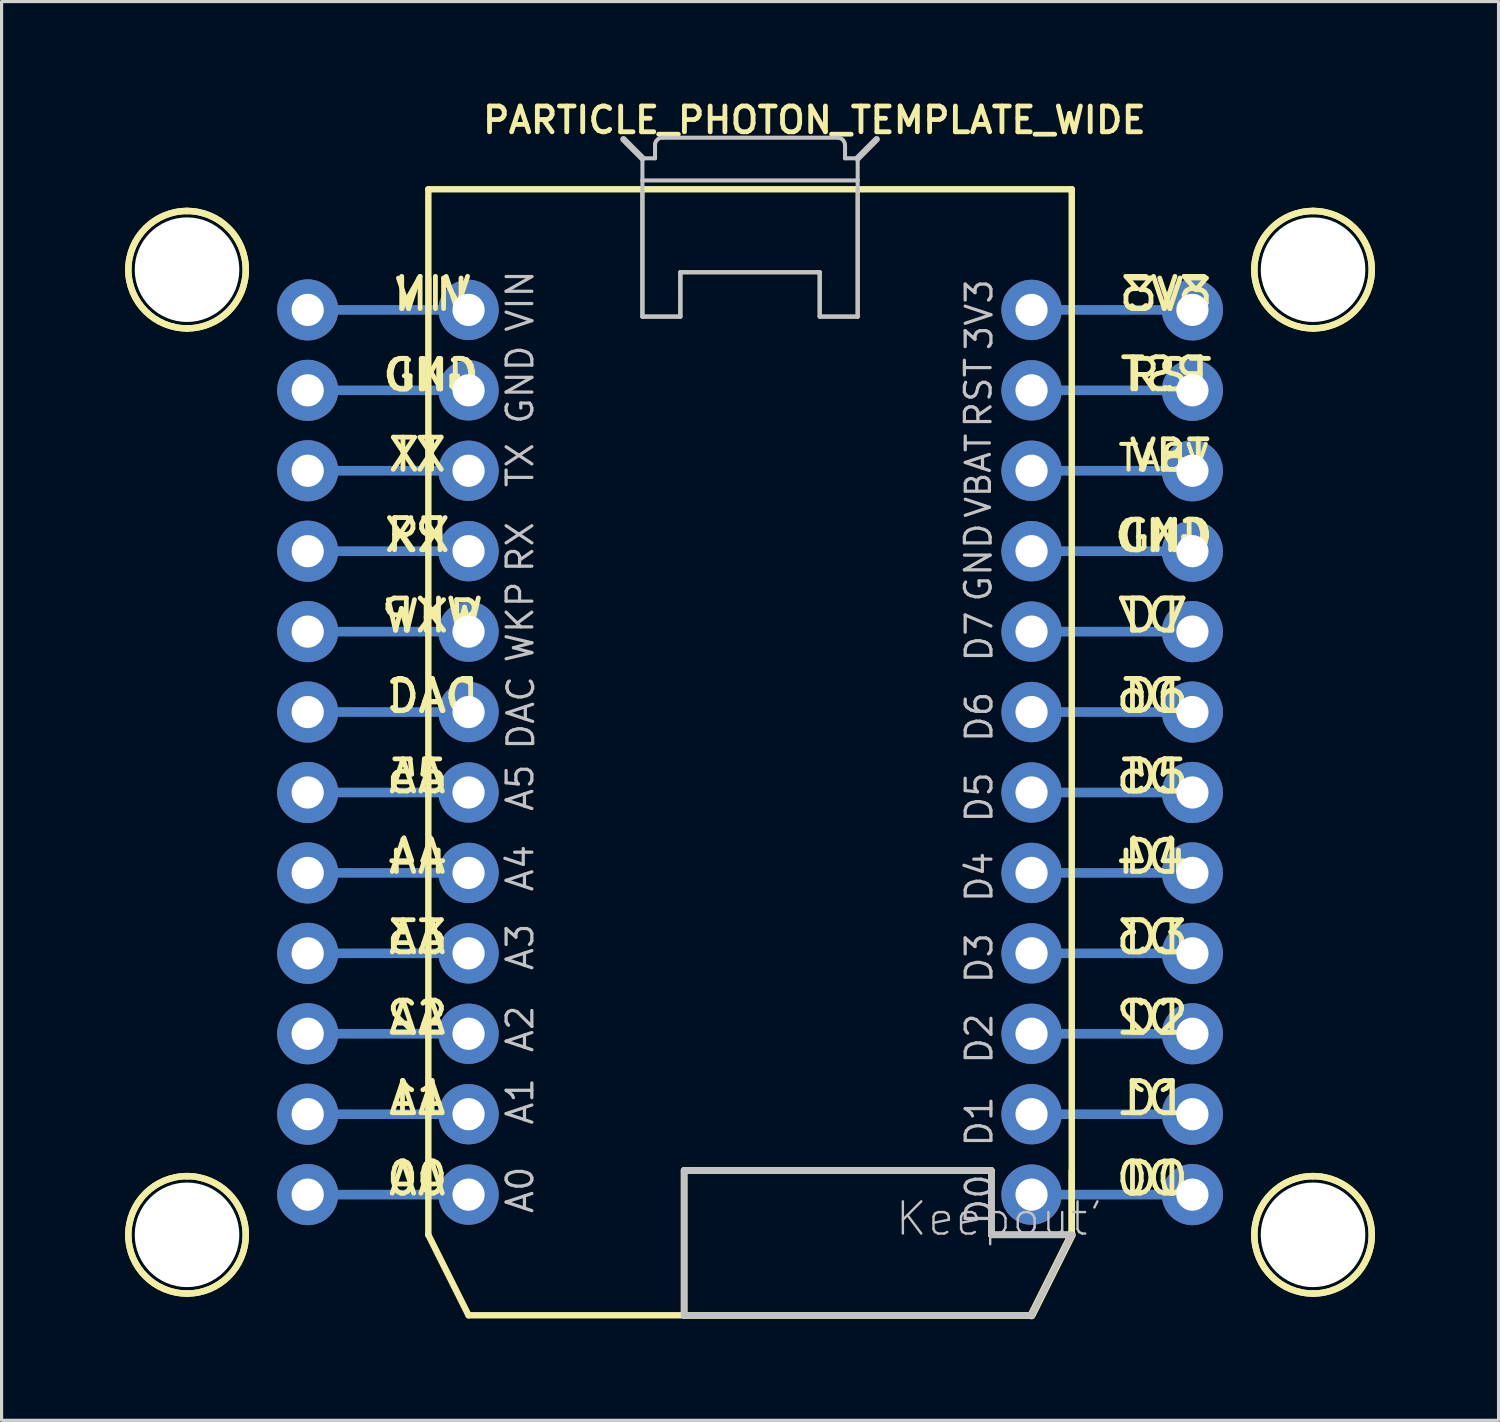
<source format=kicad_pcb>
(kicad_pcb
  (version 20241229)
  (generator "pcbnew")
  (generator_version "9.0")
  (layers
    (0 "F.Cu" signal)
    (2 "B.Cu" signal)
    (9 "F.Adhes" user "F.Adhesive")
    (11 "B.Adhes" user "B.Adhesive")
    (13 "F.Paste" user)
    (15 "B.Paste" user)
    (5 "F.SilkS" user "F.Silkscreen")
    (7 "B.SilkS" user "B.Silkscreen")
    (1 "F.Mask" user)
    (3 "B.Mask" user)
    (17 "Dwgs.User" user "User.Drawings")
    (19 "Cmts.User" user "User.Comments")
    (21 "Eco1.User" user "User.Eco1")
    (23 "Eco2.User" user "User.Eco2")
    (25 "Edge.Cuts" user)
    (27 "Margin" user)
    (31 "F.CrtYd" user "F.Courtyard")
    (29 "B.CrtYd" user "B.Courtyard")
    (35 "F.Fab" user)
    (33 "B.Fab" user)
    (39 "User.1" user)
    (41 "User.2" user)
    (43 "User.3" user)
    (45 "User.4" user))
  (footprint "PARTICLE_PHOTON_TEMPLATE_WIDE"
    (layer "F.Cu")
    (at 20.637 20.707)
    (property "Reference" "PARTICLE_PHOTON_TEMPLATE_WIDE" (at 2.032 -19.964 0) (layer "F.SilkS") (effects (font (size 0.813 0.813) (thickness 0.152))))
    (attr exclude_from_pos_files exclude_from_bom)
    (fp_line (start -13.97 -13.97) (end -8.89 -13.97) (stroke (width 0.305) (type solid)) (layer "B.Cu"))
    (fp_line (start -13.97 -8.89) (end -8.89 -8.89) (stroke (width 0.305) (type solid)) (layer "B.Cu"))
    (fp_line (start -13.97 -6.35) (end -8.89 -6.35) (stroke (width 0.305) (type solid)) (layer "B.Cu"))
    (fp_line (start -13.97 -3.81) (end -8.89 -3.81) (stroke (width 0.305) (type solid)) (layer "B.Cu"))
    (fp_line (start -13.97 -1.27) (end -8.89 -1.27) (stroke (width 0.305) (type solid)) (layer "B.Cu"))
    (fp_line (start -13.97 1.27) (end -8.89 1.27) (stroke (width 0.305) (type solid)) (layer "B.Cu"))
    (fp_line (start -13.97 3.81) (end -8.89 3.81) (stroke (width 0.305) (type solid)) (layer "B.Cu"))
    (fp_line (start -13.97 6.35) (end -8.89 6.35) (stroke (width 0.305) (type solid)) (layer "B.Cu"))
    (fp_line (start -13.97 8.89) (end -8.89 8.89) (stroke (width 0.305) (type solid)) (layer "B.Cu"))
    (fp_line (start -13.97 11.43) (end -8.89 11.43) (stroke (width 0.305) (type solid)) (layer "B.Cu"))
    (fp_line (start -13.97 13.97) (end -8.89 13.97) (stroke (width 0.305) (type solid)) (layer "B.Cu"))
    (fp_line (start -8.89 -11.43) (end -13.97 -11.43) (stroke (width 0.305) (type solid)) (layer "B.Cu"))
    (fp_line (start 8.89 -13.97) (end 13.97 -13.97) (stroke (width 0.305) (type solid)) (layer "B.Cu"))
    (fp_line (start 8.89 -11.43) (end 13.97 -11.43) (stroke (width 0.305) (type solid)) (layer "B.Cu"))
    (fp_line (start 8.89 -8.89) (end 13.97 -8.89) (stroke (width 0.305) (type solid)) (layer "B.Cu"))
    (fp_line (start 8.89 -6.35) (end 13.97 -6.35) (stroke (width 0.305) (type solid)) (layer "B.Cu"))
    (fp_line (start 8.89 -3.81) (end 13.97 -3.81) (stroke (width 0.305) (type solid)) (layer "B.Cu"))
    (fp_line (start 8.89 -1.27) (end 13.97 -1.27) (stroke (width 0.305) (type solid)) (layer "B.Cu"))
    (fp_line (start 8.89 1.27) (end 13.97 1.27) (stroke (width 0.305) (type solid)) (layer "B.Cu"))
    (fp_line (start 8.89 3.81) (end 13.97 3.81) (stroke (width 0.305) (type solid)) (layer "B.Cu"))
    (fp_line (start 8.89 6.35) (end 13.97 6.35) (stroke (width 0.305) (type solid)) (layer "B.Cu"))
    (fp_line (start 8.89 8.89) (end 13.97 8.89) (stroke (width 0.305) (type solid)) (layer "B.Cu"))
    (fp_line (start 8.89 11.43) (end 13.97 11.43) (stroke (width 0.305) (type solid)) (layer "B.Cu"))
    (fp_line (start 8.89 13.97) (end 13.97 13.97) (stroke (width 0.305) (type solid)) (layer "B.Cu"))
    (fp_line (start -10.16 -17.78) (end -3.399 -17.78) (stroke (width 0.203) (type solid)) (layer "F.SilkS"))
    (fp_line (start -10.16 15.24) (end -10.16 -17.78) (stroke (width 0.203) (type solid)) (layer "F.SilkS"))
    (fp_line (start -8.89 17.78) (end -10.16 15.24) (stroke (width 0.203) (type solid)) (layer "F.SilkS"))
    (fp_line (start -3.399 -17.78) (end 3.399 -17.78) (stroke (width 0.203) (type solid)) (layer "F.SilkS"))
    (fp_line (start -3.399 -13.759) (end -3.399 -17.78) (stroke (width 0.127) (type solid)) (layer "F.SilkS"))
    (fp_line (start -3.399 -13.759) (end -2.2 -13.759) (stroke (width 0.127) (type solid)) (layer "F.SilkS"))
    (fp_line (start -2.2 -15.159) (end -2.2 -13.759) (stroke (width 0.127) (type solid)) (layer "F.SilkS"))
    (fp_line (start -2.083 13.208) (end -2.083 17.78) (stroke (width 0.203) (type solid)) (layer "F.SilkS"))
    (fp_line (start -2.083 13.208) (end -2.083 17.78) (stroke (width 0.203) (type solid)) (layer "F.SilkS"))
    (fp_line (start -2.083 17.78) (end 8.89 17.78) (stroke (width 0.203) (type solid)) (layer "F.SilkS"))
    (fp_line (start -2.083 17.78) (end 8.89 17.78) (stroke (width 0.203) (type solid)) (layer "F.SilkS"))
    (fp_line (start 2.2 -15.159) (end -2.2 -15.159) (stroke (width 0.127) (type solid)) (layer "F.SilkS"))
    (fp_line (start 2.2 -15.159) (end 2.2 -13.759) (stroke (width 0.127) (type solid)) (layer "F.SilkS"))
    (fp_line (start 3.399 -17.78) (end 3.399 -13.759) (stroke (width 0.127) (type solid)) (layer "F.SilkS"))
    (fp_line (start 3.399 -17.78) (end 10.16 -17.78) (stroke (width 0.203) (type solid)) (layer "F.SilkS"))
    (fp_line (start 3.399 -13.759) (end 2.2 -13.759) (stroke (width 0.127) (type solid)) (layer "F.SilkS"))
    (fp_line (start 7.62 13.208) (end -2.083 13.208) (stroke (width 0.203) (type solid)) (layer "F.SilkS"))
    (fp_line (start 7.62 13.208) (end -2.083 13.208) (stroke (width 0.203) (type solid)) (layer "F.SilkS"))
    (fp_line (start 7.62 15.24) (end 7.62 13.208) (stroke (width 0.203) (type solid)) (layer "F.SilkS"))
    (fp_line (start 7.62 15.24) (end 7.62 13.208) (stroke (width 0.203) (type solid)) (layer "F.SilkS"))
    (fp_line (start 8.89 17.78) (end -8.89 17.78) (stroke (width 0.203) (type solid)) (layer "F.SilkS"))
    (fp_line (start 8.89 17.78) (end 10.16 15.24) (stroke (width 0.203) (type solid)) (layer "F.SilkS"))
    (fp_line (start 8.89 17.78) (end 10.16 15.24) (stroke (width 0.203) (type solid)) (layer "F.SilkS"))
    (fp_line (start 10.16 -17.78) (end 10.16 15.24) (stroke (width 0.203) (type solid)) (layer "F.SilkS"))
    (fp_line (start 10.16 13.208) (end 10.16 15.24) (stroke (width 0.203) (type solid)) (layer "F.SilkS"))
    (fp_line (start 10.16 15.24) (end 7.62 15.24) (stroke (width 0.203) (type solid)) (layer "F.SilkS"))
    (fp_line (start 10.16 15.24) (end 7.62 15.24) (stroke (width 0.203) (type solid)) (layer "F.SilkS"))
    (fp_line (start 10.16 15.24) (end 8.89 17.78) (stroke (width 0.254) (type solid)) (layer "F.SilkS"))
    (fp_arc (start -17.78 -17.0942) (mid -15.9258 -15.24) (end -17.78 -13.3858) (stroke (width 0.2032) (type solid)) (layer "F.SilkS"))
    (fp_arc (start -17.78 -17.0942) (mid -15.9258 -15.24) (end -17.78 -13.3858) (stroke (width 0.2032) (type solid)) (layer "F.SilkS"))
    (fp_arc (start -17.78 -13.3858) (mid -19.6342 -15.24) (end -17.78 -17.0942) (stroke (width 0.2032) (type solid)) (layer "F.SilkS"))
    (fp_arc (start -17.78 -13.3858) (mid -19.6342 -15.24) (end -17.78 -17.0942) (stroke (width 0.2032) (type solid)) (layer "F.SilkS"))
    (fp_arc (start -17.78 13.3858) (mid -15.9258 15.24) (end -17.78 17.0942) (stroke (width 0.2032) (type solid)) (layer "F.SilkS"))
    (fp_arc (start -17.78 13.3858) (mid -15.9258 15.24) (end -17.78 17.0942) (stroke (width 0.2032) (type solid)) (layer "F.SilkS"))
    (fp_arc (start -17.78 17.0942) (mid -19.6342 15.24) (end -17.78 13.3858) (stroke (width 0.2032) (type solid)) (layer "F.SilkS"))
    (fp_arc (start -17.78 17.0942) (mid -19.6342 15.24) (end -17.78 13.3858) (stroke (width 0.2032) (type solid)) (layer "F.SilkS"))
    (fp_arc (start 17.78 -17.0942) (mid 19.6342 -15.24) (end 17.78 -13.3858) (stroke (width 0.2032) (type solid)) (layer "F.SilkS"))
    (fp_arc (start 17.78 -17.0942) (mid 19.6342 -15.24) (end 17.78 -13.3858) (stroke (width 0.2032) (type solid)) (layer "F.SilkS"))
    (fp_arc (start 17.78 -13.3858) (mid 15.9258 -15.24) (end 17.78 -17.0942) (stroke (width 0.2032) (type solid)) (layer "F.SilkS"))
    (fp_arc (start 17.78 -13.3858) (mid 15.9258 -15.24) (end 17.78 -17.0942) (stroke (width 0.2032) (type solid)) (layer "F.SilkS"))
    (fp_arc (start 17.78 13.3858) (mid 19.6342 15.24) (end 17.78 17.0942) (stroke (width 0.2032) (type solid)) (layer "F.SilkS"))
    (fp_arc (start 17.78 13.3858) (mid 19.6342 15.24) (end 17.78 17.0942) (stroke (width 0.2032) (type solid)) (layer "F.SilkS"))
    (fp_arc (start 17.78 17.0942) (mid 15.9258 15.24) (end 17.78 13.3858) (stroke (width 0.2032) (type solid)) (layer "F.SilkS"))
    (fp_arc (start 17.78 17.0942) (mid 15.9258 15.24) (end 17.78 13.3858) (stroke (width 0.2032) (type solid)) (layer "F.SilkS"))
    (fp_line (start -3.399 -18.758) (end -3.998 -19.36) (stroke (width 0.203) (type solid)) (layer "Dwgs.User"))
    (fp_line (start -3.399 -18.059) (end -3.399 -18.758) (stroke (width 0.127) (type solid)) (layer "Dwgs.User"))
    (fp_line (start -3.399 -13.759) (end -3.399 -18.059) (stroke (width 0.127) (type solid)) (layer "Dwgs.User"))
    (fp_line (start -3.399 -13.759) (end -2.2 -13.759) (stroke (width 0.127) (type solid)) (layer "Dwgs.User"))
    (fp_line (start -3 -19.207) (end -3 -18.758) (stroke (width 0.127) (type solid)) (layer "Dwgs.User"))
    (fp_line (start -3 -18.758) (end -3.399 -18.758) (stroke (width 0.127) (type solid)) (layer "Dwgs.User"))
    (fp_line (start -2.2 -15.159) (end -2.2 -13.759) (stroke (width 0.127) (type solid)) (layer "Dwgs.User"))
    (fp_line (start -2.083 13.208) (end -2.083 17.78) (stroke (width 0.203) (type solid)) (layer "Dwgs.User"))
    (fp_line (start -2.083 17.78) (end 8.89 17.78) (stroke (width 0.203) (type solid)) (layer "Dwgs.User"))
    (fp_line (start 2.2 -15.159) (end -2.2 -15.159) (stroke (width 0.127) (type solid)) (layer "Dwgs.User"))
    (fp_line (start 2.2 -15.159) (end 2.2 -13.759) (stroke (width 0.127) (type solid)) (layer "Dwgs.User"))
    (fp_line (start 2.799 -19.408) (end -2.748 -19.408) (stroke (width 0.127) (type solid)) (layer "Dwgs.User"))
    (fp_line (start 3 -18.758) (end 3 -19.159) (stroke (width 0.127) (type solid)) (layer "Dwgs.User"))
    (fp_line (start 3.399 -18.758) (end 3 -18.758) (stroke (width 0.127) (type solid)) (layer "Dwgs.User"))
    (fp_line (start 3.399 -18.758) (end 3.399 -18.059) (stroke (width 0.127) (type solid)) (layer "Dwgs.User"))
    (fp_line (start 3.399 -18.758) (end 3.998 -19.36) (stroke (width 0.203) (type solid)) (layer "Dwgs.User"))
    (fp_line (start 3.399 -18.059) (end -3.399 -18.059) (stroke (width 0.127) (type solid)) (layer "Dwgs.User"))
    (fp_line (start 3.399 -18.059) (end 3.399 -13.759) (stroke (width 0.127) (type solid)) (layer "Dwgs.User"))
    (fp_line (start 3.399 -13.759) (end 2.2 -13.759) (stroke (width 0.127) (type solid)) (layer "Dwgs.User"))
    (fp_line (start 7.62 13.208) (end -2.083 13.208) (stroke (width 0.203) (type solid)) (layer "Dwgs.User"))
    (fp_line (start 7.62 15.24) (end 7.62 13.208) (stroke (width 0.203) (type solid)) (layer "Dwgs.User"))
    (fp_line (start 10.16 15.24) (end 7.62 15.24) (stroke (width 0.203) (type solid)) (layer "Dwgs.User"))
    (fp_line (start 10.16 15.24) (end 8.89 17.78) (stroke (width 0.203) (type solid)) (layer "Dwgs.User"))
    (fp_arc (start -2.99974 -19.20748) (mid -2.914465 -19.357069) (end -2.750764 -19.410461) (stroke (width 0.127) (type solid)) (layer "Dwgs.User"))
    (fp_arc (start 2.79908 -19.40814) (mid 2.946301 -19.321817) (end 2.997236 -19.158933) (stroke (width 0.127) (type solid)) (layer "Dwgs.User"))
    (fp_circle (center -17.78 -15.24) (end -17.78 -18.034) (stroke (width 0.127) (type solid)) (fill no) (layer "Eco2.User"))
    (fp_circle (center -17.78 15.24) (end -17.78 12.446) (stroke (width 0.127) (type solid)) (fill no) (layer "Eco2.User"))
    (fp_circle (center 17.78 -15.24) (end 17.78 -18.034) (stroke (width 0.127) (type solid)) (fill no) (layer "Eco2.User"))
    (fp_circle (center 17.78 15.24) (end 17.78 12.446) (stroke (width 0.127) (type solid)) (fill no) (layer "Eco2.User"))
    (fp_text user "A1" (at -10.541 10.922 0) (layer "F.SilkS") (effects (font (size 1.016 1.016) (thickness 0.152)) (justify mirror)))
    (fp_text user "D3" (at 12.827 5.842 0) (layer "F.SilkS") (effects (font (size 1.016 1.016) (thickness 0.152))))
    (fp_text user "WKP" (at -10.033 -4.318 0) (layer "F.SilkS") (effects (font (size 1.016 1.016) (thickness 0.152)) (justify mirror)))
    (fp_text user "GND" (at -10.109 -11.913 0) (layer "F.SilkS") (effects (font (size 0.965 0.965) (thickness 0.152)) (justify mirror)))
    (fp_text user "D1" (at 12.573 10.922 0) (layer "F.SilkS") (effects (font (size 1.016 1.016) (thickness 0.152)) (justify mirror)))
    (fp_text user "A0" (at -10.477 13.462 0) (layer "F.SilkS") (effects (font (size 1.016 1.016) (thickness 0.152))))
    (fp_text user "VIN" (at -10.046 -14.45 0) (layer "F.SilkS") (effects (font (size 0.965 0.965) (thickness 0.152))))
    (fp_text user "D6" (at 12.827 -1.778 0) (layer "F.SilkS") (effects (font (size 1.016 1.016) (thickness 0.152))))
    (fp_text user "A2" (at -10.477 8.382 0) (layer "F.SilkS") (effects (font (size 1.016 1.016) (thickness 0.152))))
    (fp_text user "D4" (at 12.573 3.302 0) (layer "F.SilkS") (effects (font (size 1.016 1.016) (thickness 0.152)) (justify mirror)))
    (fp_text user "TX" (at -10.477 -9.398 0) (layer "F.SilkS") (effects (font (size 1.016 1.016) (thickness 0.152))))
    (fp_text user "TX" (at -10.541 -9.398 0) (layer "F.SilkS") (effects (font (size 1.016 1.016) (thickness 0.152)) (justify mirror)))
    (fp_text user "D5" (at 12.827 0.762 0) (layer "F.SilkS") (effects (font (size 1.016 1.016) (thickness 0.152))))
    (fp_text user "VIN" (at -10.033 -14.475 0) (layer "F.SilkS") (effects (font (size 1.016 1.016) (thickness 0.152)) (justify mirror)))
    (fp_text user "GND" (at -10.046 -11.913 0) (layer "F.SilkS") (effects (font (size 0.965 0.965) (thickness 0.152))))
    (fp_text user "D5" (at 12.573 0.762 0) (layer "F.SilkS") (effects (font (size 1.016 1.016) (thickness 0.152)) (justify mirror)))
    (fp_text user "D6" (at 12.573 -1.778 0) (layer "F.SilkS") (effects (font (size 1.016 1.016) (thickness 0.152)) (justify mirror)))
    (fp_text user "DAC" (at -10.033 -1.778 0) (layer "F.SilkS") (effects (font (size 1.016 1.016) (thickness 0.152)) (justify mirror)))
    (fp_text user "RX" (at -10.477 -6.858 0) (layer "F.SilkS") (effects (font (size 1.016 1.016) (thickness 0.152))))
    (fp_text user "D1" (at 12.827 10.922 0) (layer "F.SilkS") (effects (font (size 1.016 1.016) (thickness 0.152))))
    (fp_text user "D7" (at 12.827 -4.318 0) (layer "F.SilkS") (effects (font (size 1.016 1.016) (thickness 0.152))))
    (fp_text user "WKP" (at -10.046 -4.293 0) (layer "F.SilkS") (effects (font (size 0.965 0.965) (thickness 0.152))))
    (fp_text user "D3" (at 12.573 5.842 0) (layer "F.SilkS") (effects (font (size 1.016 1.016) (thickness 0.152)) (justify mirror)))
    (fp_text user "RST" (at 13.259 -11.913 0) (layer "F.SilkS") (effects (font (size 0.965 0.965) (thickness 0.152))))
    (fp_text user "A2" (at -10.541 8.382 0) (layer "F.SilkS") (effects (font (size 1.016 1.016) (thickness 0.152)) (justify mirror)))
    (fp_text user "D7" (at 12.573 -4.318 0) (layer "F.SilkS") (effects (font (size 1.016 1.016) (thickness 0.152)) (justify mirror)))
    (fp_text user "D0" (at 12.573 13.462 0) (layer "F.SilkS") (effects (font (size 1.016 1.016) (thickness 0.152)) (justify mirror)))
    (fp_text user "A1" (at -10.477 10.922 0) (layer "F.SilkS") (effects (font (size 1.016 1.016) (thickness 0.152))))
    (fp_text user "A4" (at -10.477 3.302 0) (layer "F.SilkS") (effects (font (size 1.016 1.016) (thickness 0.152))))
    (fp_text user "A3" (at -10.477 5.842 0) (layer "F.SilkS") (effects (font (size 1.016 1.016) (thickness 0.152))))
    (fp_text user "A0" (at -10.541 13.462 0) (layer "F.SilkS") (effects (font (size 1.016 1.016) (thickness 0.152)) (justify mirror)))
    (fp_text user "D0" (at 12.827 13.462 0) (layer "F.SilkS") (effects (font (size 1.016 1.016) (thickness 0.152))))
    (fp_text user "3V3" (at 13.081 -14.475 0) (layer "F.SilkS") (effects (font (size 1.016 1.016) (thickness 0.152)) (justify mirror)))
    (fp_text user "A5" (at -10.541 0.762 0) (layer "F.SilkS") (effects (font (size 1.016 1.016) (thickness 0.152)) (justify mirror)))
    (fp_text user "D4" (at 12.827 3.302 0) (layer "F.SilkS") (effects (font (size 1.016 1.016) (thickness 0.152))))
    (fp_text user "A5" (at -10.477 0.762 0) (layer "F.SilkS") (effects (font (size 1.016 1.016) (thickness 0.152))))
    (fp_text user "DAC" (at -10.046 -1.753 0) (layer "F.SilkS") (effects (font (size 0.965 0.965) (thickness 0.152))))
    (fp_text user "VBT" (at 13.259 -9.373 0) (layer "F.SilkS") (effects (font (size 0.965 0.965) (thickness 0.152))))
    (fp_text user "D2" (at 12.827 8.382 0) (layer "F.SilkS") (effects (font (size 1.016 1.016) (thickness 0.152))))
    (fp_text user "RX" (at -10.541 -6.858 0) (layer "F.SilkS") (effects (font (size 1.016 1.016) (thickness 0.152)) (justify mirror)))
    (fp_text user "3V3" (at 13.259 -14.45 0) (layer "F.SilkS") (effects (font (size 0.965 0.965) (thickness 0.152))))
    (fp_text user "VBAT" (at 13.056 -9.296 0) (layer "F.SilkS") (effects (font (size 0.813 0.813) (thickness 0.127)) (justify mirror)))
    (fp_text user "GND" (at 13.005 -6.833 0) (layer "F.SilkS") (effects (font (size 0.965 0.965) (thickness 0.152)) (justify mirror)))
    (fp_text user "A3" (at -10.541 5.842 0) (layer "F.SilkS") (effects (font (size 1.016 1.016) (thickness 0.152)) (justify mirror)))
    (fp_text user "A4" (at -10.541 3.302 0) (layer "F.SilkS") (effects (font (size 1.016 1.016) (thickness 0.152)) (justify mirror)))
    (fp_text user "RST" (at 13.081 -11.938 0) (layer "F.SilkS") (effects (font (size 1.016 1.016) (thickness 0.152)) (justify mirror)))
    (fp_text user "D2" (at 12.573 8.382 0) (layer "F.SilkS") (effects (font (size 1.016 1.016) (thickness 0.152)) (justify mirror)))
    (fp_text user "GND" (at 13.132 -6.833 0) (layer "F.SilkS") (effects (font (size 0.965 0.965) (thickness 0.152))))
    (fp_text user "GND" (at -7.262 -11.608 90) (layer "Dwgs.User") (effects (font (size 0.813 0.813) (thickness 0.102))))
    (fp_text user "RST" (at 7.211 -11.354 270) (layer "Dwgs.User") (effects (font (size 0.813 0.813) (thickness 0.102))))
    (fp_text user "D7" (at 7.236 -3.658 270) (layer "Dwgs.User") (effects (font (size 0.813 0.813) (thickness 0.102))))
    (fp_text user "D5" (at 7.236 1.422 270) (layer "Dwgs.User") (effects (font (size 0.813 0.813) (thickness 0.102))))
    (fp_text user "A1" (at -7.262 11.024 90) (layer "Dwgs.User") (effects (font (size 0.813 0.813) (thickness 0.102))))
    (fp_text user "D3" (at 7.236 6.502 270) (layer "Dwgs.User") (effects (font (size 0.813 0.813) (thickness 0.102))))
    (fp_text user "VIN" (at -7.262 -14.249 90) (layer "Dwgs.User") (effects (font (size 0.813 0.813) (thickness 0.102))))
    (fp_text user "A4" (at -7.262 3.658 90) (layer "Dwgs.User") (effects (font (size 0.813 0.813) (thickness 0.102))))
    (fp_text user "D0" (at 7.236 14.122 270) (layer "Dwgs.User") (effects (font (size 0.813 0.813) (thickness 0.102))))
    (fp_text user "DAC" (at -7.236 -1.245 90) (layer "Dwgs.User") (effects (font (size 0.813 0.813) (thickness 0.102))))
    (fp_text user "VBAT" (at 7.211 -8.735 270) (layer "Dwgs.User") (effects (font (size 0.762 0.762) (thickness 0.102))))
    (fp_text user "Keepout'" (at 7.874 14.732 0) (layer "Dwgs.User") (effects (font (size 1.016 1.016) (thickness 0.076))))
    (fp_text user "WKP" (at -7.262 -4.115 90) (layer "Dwgs.User") (effects (font (size 0.813 0.813) (thickness 0.102))))
    (fp_text user "D2" (at 7.236 9.042 270) (layer "Dwgs.User") (effects (font (size 0.813 0.813) (thickness 0.102))))
    (fp_text user "D1" (at 7.236 11.659 270) (layer "Dwgs.User") (effects (font (size 0.813 0.813) (thickness 0.102))))
    (fp_text user "GND" (at 7.211 -5.994 270) (layer "Dwgs.User") (effects (font (size 0.813 0.813) (thickness 0.102))))
    (fp_text user "TX" (at -7.262 -9.068 90) (layer "Dwgs.User") (effects (font (size 0.813 0.813) (thickness 0.102))))
    (fp_text user "A5" (at -7.262 1.118 90) (layer "Dwgs.User") (effects (font (size 0.813 0.813) (thickness 0.102))))
    (fp_text user "A2" (at -7.262 8.735 90) (layer "Dwgs.User") (effects (font (size 0.813 0.813) (thickness 0.102))))
    (fp_text user "A0" (at -7.262 13.818 90) (layer "Dwgs.User") (effects (font (size 0.813 0.813) (thickness 0.102))))
    (fp_text user "A3" (at -7.262 6.147 90) (layer "Dwgs.User") (effects (font (size 0.813 0.813) (thickness 0.102))))
    (fp_text user "3V3" (at 7.236 -13.818 270) (layer "Dwgs.User") (effects (font (size 0.813 0.813) (thickness 0.102))))
    (fp_text user "D4" (at 7.236 3.937 270) (layer "Dwgs.User") (effects (font (size 0.813 0.813) (thickness 0.102))))
    (fp_text user "RX" (at -7.262 -6.477 90) (layer "Dwgs.User") (effects (font (size 0.813 0.813) (thickness 0.102))))
    (fp_text user "D6" (at 7.236 -1.118 270) (layer "Dwgs.User") (effects (font (size 0.813 0.813) (thickness 0.102))))
    (pad "" np_thru_hole circle (at -17.78 -15.24) (size 3.302 3.302) (drill 3.302) (layers "*.Cu" "*.Mask"))
    (pad "" np_thru_hole circle (at -17.78 15.24) (size 3.302 3.302) (drill 3.302) (layers "*.Cu" "*.Mask"))
    (pad "" np_thru_hole circle (at 17.78 -15.24) (size 3.302 3.302) (drill 3.302) (layers "*.Cu" "*.Mask"))
    (pad "" np_thru_hole circle (at 17.78 15.24) (size 3.302 3.302) (drill 3.302) (layers "*.Cu" "*.Mask"))
    (pad "1" thru_hole circle (at -8.89 -13.97) (size 1.905 1.905) (drill 1.016) (layers "*.Cu" "*.Paste" "*.Mask"))
    (pad "2" thru_hole circle (at -8.89 -11.43) (size 1.905 1.905) (drill 1.016) (layers "*.Cu" "*.Paste" "*.Mask"))
    (pad "3" thru_hole circle (at -8.89 -8.89) (size 1.905 1.905) (drill 1.016) (layers "*.Cu" "*.Paste" "*.Mask"))
    (pad "3V3" thru_hole circle (at 13.97 -13.97) (size 1.93 1.93) (drill 1.016) (layers "*.Cu" "*.Paste" "*.Mask"))
    (pad "4" thru_hole circle (at -8.89 -6.35) (size 1.905 1.905) (drill 1.016) (layers "*.Cu" "*.Paste" "*.Mask"))
    (pad "5" thru_hole circle (at -8.89 -3.81) (size 1.905 1.905) (drill 1.016) (layers "*.Cu" "*.Paste" "*.Mask"))
    (pad "6" thru_hole circle (at -8.89 -1.27) (size 1.905 1.905) (drill 1.016) (layers "*.Cu" "*.Paste" "*.Mask"))
    (pad "7" thru_hole circle (at -8.89 1.27) (size 1.905 1.905) (drill 1.016) (layers "*.Cu" "*.Paste" "*.Mask"))
    (pad "8" thru_hole circle (at -8.89 3.81) (size 1.905 1.905) (drill 1.016) (layers "*.Cu" "*.Paste" "*.Mask"))
    (pad "9" thru_hole circle (at -8.89 6.35) (size 1.905 1.905) (drill 1.016) (layers "*.Cu" "*.Paste" "*.Mask"))
    (pad "10" thru_hole circle (at -8.89 8.89) (size 1.905 1.905) (drill 1.016) (layers "*.Cu" "*.Paste" "*.Mask"))
    (pad "11" thru_hole circle (at -8.89 11.43) (size 1.905 1.905) (drill 1.016) (layers "*.Cu" "*.Paste" "*.Mask"))
    (pad "12" thru_hole circle (at -8.89 13.97) (size 1.905 1.905) (drill 1.016) (layers "*.Cu" "*.Paste" "*.Mask"))
    (pad "13" thru_hole circle (at 8.89 13.97) (size 1.905 1.905) (drill 1.016) (layers "*.Cu" "*.Paste" "*.Mask"))
    (pad "14" thru_hole circle (at 8.89 11.43) (size 1.905 1.905) (drill 1.016) (layers "*.Cu" "*.Paste" "*.Mask"))
    (pad "15" thru_hole circle (at 8.89 8.89) (size 1.905 1.905) (drill 1.016) (layers "*.Cu" "*.Paste" "*.Mask"))
    (pad "16" thru_hole circle (at 8.89 6.35) (size 1.905 1.905) (drill 1.016) (layers "*.Cu" "*.Paste" "*.Mask"))
    (pad "17" thru_hole circle (at 8.89 3.81) (size 1.905 1.905) (drill 1.016) (layers "*.Cu" "*.Paste" "*.Mask"))
    (pad "18" thru_hole circle (at 8.89 1.27) (size 1.905 1.905) (drill 1.016) (layers "*.Cu" "*.Paste" "*.Mask"))
    (pad "19" thru_hole circle (at 8.89 -1.27) (size 1.905 1.905) (drill 1.016) (layers "*.Cu" "*.Paste" "*.Mask"))
    (pad "20" thru_hole circle (at 8.89 -3.81) (size 1.905 1.905) (drill 1.016) (layers "*.Cu" "*.Paste" "*.Mask"))
    (pad "21" thru_hole circle (at 8.89 -6.35) (size 1.905 1.905) (drill 1.016) (layers "*.Cu" "*.Paste" "*.Mask"))
    (pad "22" thru_hole circle (at 8.89 -8.89) (size 1.905 1.905) (drill 1.016) (layers "*.Cu" "*.Paste" "*.Mask"))
    (pad "23" thru_hole circle (at 8.89 -11.43) (size 1.905 1.905) (drill 1.016) (layers "*.Cu" "*.Paste" "*.Mask"))
    (pad "24" thru_hole circle (at 8.89 -13.97) (size 1.905 1.905) (drill 1.016) (layers "*.Cu" "*.Paste" "*.Mask"))
    (pad "A0" thru_hole circle (at -13.97 13.97) (size 1.93 1.93) (drill 1.016) (layers "*.Cu" "*.Paste" "*.Mask"))
    (pad "A1" thru_hole circle (at -13.97 11.43) (size 1.93 1.93) (drill 1.016) (layers "*.Cu" "*.Paste" "*.Mask"))
    (pad "A2" thru_hole circle (at -13.97 8.89) (size 1.93 1.93) (drill 1.016) (layers "*.Cu" "*.Paste" "*.Mask"))
    (pad "A3" thru_hole circle (at -13.97 6.35) (size 1.93 1.93) (drill 1.016) (layers "*.Cu" "*.Paste" "*.Mask"))
    (pad "A4" thru_hole circle (at -13.97 3.81) (size 1.93 1.93) (drill 1.016) (layers "*.Cu" "*.Paste" "*.Mask"))
    (pad "A5" thru_hole circle (at -13.97 1.27) (size 1.93 1.93) (drill 1.016) (layers "*.Cu" "*.Paste" "*.Mask"))
    (pad "D0" thru_hole circle (at 13.97 13.97) (size 1.93 1.93) (drill 1.016) (layers "*.Cu" "*.Paste" "*.Mask"))
    (pad "D1" thru_hole circle (at 13.97 11.43) (size 1.93 1.93) (drill 1.016) (layers "*.Cu" "*.Paste" "*.Mask"))
    (pad "D2" thru_hole circle (at 13.97 8.89) (size 1.93 1.93) (drill 1.016) (layers "*.Cu" "*.Paste" "*.Mask"))
    (pad "D3" thru_hole circle (at 13.97 6.35) (size 1.93 1.93) (drill 1.016) (layers "*.Cu" "*.Paste" "*.Mask"))
    (pad "D4" thru_hole circle (at 13.97 3.81) (size 1.93 1.93) (drill 1.016) (layers "*.Cu" "*.Paste" "*.Mask"))
    (pad "D5" thru_hole circle (at 13.97 1.27) (size 1.93 1.93) (drill 1.016) (layers "*.Cu" "*.Paste" "*.Mask"))
    (pad "D6" thru_hole circle (at 13.97 -1.27) (size 1.93 1.93) (drill 1.016) (layers "*.Cu" "*.Paste" "*.Mask"))
    (pad "D7" thru_hole circle (at 13.97 -3.81) (size 1.93 1.93) (drill 1.016) (layers "*.Cu" "*.Paste" "*.Mask"))
    (pad "DAC" thru_hole circle (at -13.97 -1.27) (size 1.93 1.93) (drill 1.016) (layers "*.Cu" "*.Paste" "*.Mask"))
    (pad "GND@" thru_hole circle (at -13.97 -11.43) (size 1.93 1.93) (drill 1.016) (layers "*.Cu" "*.Paste" "*.Mask"))
    (pad "GND@" thru_hole circle (at 13.97 -6.35) (size 1.93 1.93) (drill 1.016) (layers "*.Cu" "*.Paste" "*.Mask"))
    (pad "RST" thru_hole circle (at 13.97 -11.43) (size 1.93 1.93) (drill 1.016) (layers "*.Cu" "*.Paste" "*.Mask"))
    (pad "RX" thru_hole circle (at -13.97 -6.35) (size 1.93 1.93) (drill 1.016) (layers "*.Cu" "*.Paste" "*.Mask"))
    (pad "TX" thru_hole circle (at -13.97 -8.89) (size 1.93 1.93) (drill 1.016) (layers "*.Cu" "*.Paste" "*.Mask"))
    (pad "VBAT" thru_hole circle (at 13.97 -8.89) (size 1.93 1.93) (drill 1.016) (layers "*.Cu" "*.Paste" "*.Mask"))
    (pad "VIN" thru_hole circle (at -13.97 -13.97) (size 1.93 1.93) (drill 1.016) (layers "*.Cu" "*.Paste" "*.Mask"))
    (pad "WKP" thru_hole circle (at -13.97 -3.81) (size 1.93 1.93) (drill 1.016) (layers "*.Cu" "*.Paste" "*.Mask")))
  (gr_rect
    (start -3 -3)
    (end 44.275 41.805)
    (stroke (width 0.1) (type default))
    (fill no)
    (layer "Edge.Cuts")))
</source>
